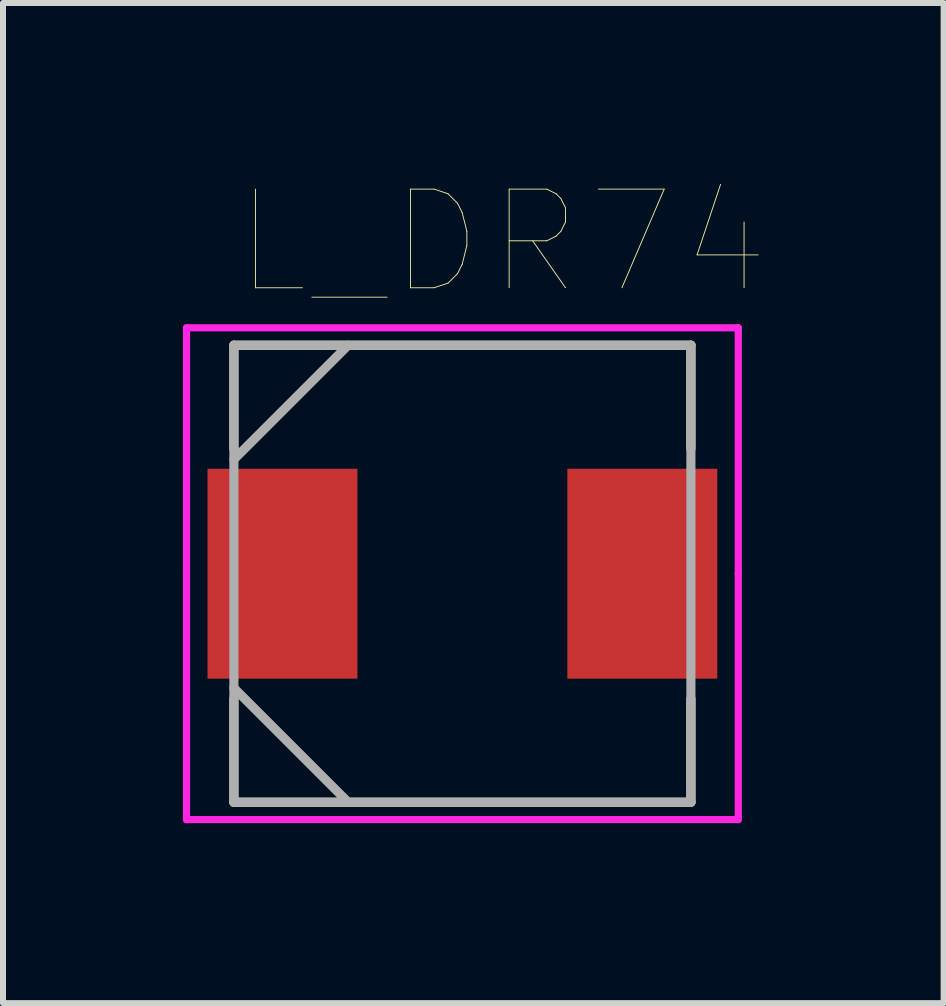
<source format=kicad_pcb>
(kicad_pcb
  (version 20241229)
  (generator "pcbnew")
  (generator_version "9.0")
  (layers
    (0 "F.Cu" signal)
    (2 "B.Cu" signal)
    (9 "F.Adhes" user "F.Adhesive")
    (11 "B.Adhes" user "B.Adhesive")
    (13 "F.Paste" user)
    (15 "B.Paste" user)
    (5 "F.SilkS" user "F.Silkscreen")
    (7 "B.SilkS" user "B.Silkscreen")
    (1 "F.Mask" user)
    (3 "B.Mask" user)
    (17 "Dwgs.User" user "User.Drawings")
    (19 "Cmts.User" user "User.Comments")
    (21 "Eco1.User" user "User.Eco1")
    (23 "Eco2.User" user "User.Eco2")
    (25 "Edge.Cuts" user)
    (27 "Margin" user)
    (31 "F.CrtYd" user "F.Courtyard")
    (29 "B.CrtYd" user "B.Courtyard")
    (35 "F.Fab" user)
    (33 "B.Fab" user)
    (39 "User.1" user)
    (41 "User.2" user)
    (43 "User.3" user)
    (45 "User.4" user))
  (footprint "L_DR74"
    (layer "F.Cu")
    (at 4.66 6.516)
    (property "Reference" "L_DR74" (at 0.662 -5.528 0) (layer "F.SilkS") (effects (font (size 1.645 1.645) (thickness 0.015))))
    (attr through_hole)
    (fp_line (start -3.81 -3.81) (end -3.81 -2.083) (stroke (width 0.152) (type solid)) (layer "F.SilkS"))
    (fp_line (start -3.81 2.083) (end -3.81 3.81) (stroke (width 0.152) (type solid)) (layer "F.SilkS"))
    (fp_line (start -3.81 3.81) (end 3.81 3.81) (stroke (width 0.152) (type solid)) (layer "F.SilkS"))
    (fp_line (start 3.81 -3.81) (end -3.81 -3.81) (stroke (width 0.152) (type solid)) (layer "F.SilkS"))
    (fp_line (start 3.81 -2.083) (end 3.81 -3.81) (stroke (width 0.152) (type solid)) (layer "F.SilkS"))
    (fp_line (start 3.81 3.81) (end 3.81 2.083) (stroke (width 0.152) (type solid)) (layer "F.SilkS"))
    (fp_line (start -4.6 -4.1) (end 4.6 -4.1) (stroke (width 0.12) (type solid)) (layer "F.CrtYd"))
    (fp_line (start -4.6 0) (end -4.6 -4.1) (stroke (width 0.12) (type solid)) (layer "F.CrtYd"))
    (fp_line (start -4.6 4.1) (end -4.6 0) (stroke (width 0.12) (type solid)) (layer "F.CrtYd"))
    (fp_line (start 4.6 -4.1) (end 4.6 0) (stroke (width 0.12) (type solid)) (layer "F.CrtYd"))
    (fp_line (start 4.6 0) (end 4.6 4.1) (stroke (width 0.12) (type solid)) (layer "F.CrtYd"))
    (fp_line (start 4.6 4.1) (end -4.6 4.1) (stroke (width 0.12) (type solid)) (layer "F.CrtYd"))
    (fp_line (start -3.81 -3.81) (end -3.81 3.81) (stroke (width 0.152) (type solid)) (layer "F.Fab"))
    (fp_line (start -3.81 -1.905) (end -1.905 -3.81) (stroke (width 0.152) (type solid)) (layer "F.Fab"))
    (fp_line (start -3.81 1.905) (end -1.905 3.81) (stroke (width 0.152) (type solid)) (layer "F.Fab"))
    (fp_line (start -3.81 3.81) (end 3.81 3.81) (stroke (width 0.152) (type solid)) (layer "F.Fab"))
    (fp_line (start 3.81 -3.81) (end -3.81 -3.81) (stroke (width 0.152) (type solid)) (layer "F.Fab"))
    (fp_line (start 3.81 3.81) (end 3.81 -3.81) (stroke (width 0.152) (type solid)) (layer "F.Fab"))
    (pad "1" smd rect (at -3 0) (size 2.5 3.5) (layers "F.Cu" "F.Mask" "F.Paste"))
    (pad "2" smd rect (at 3 0) (size 2.5 3.5) (layers "F.Cu" "F.Mask" "F.Paste")))
  (gr_rect
    (start -3 -3)
    (end 12.684 13.676)
    (stroke (width 0.1) (type default))
    (fill no)
    (layer "Edge.Cuts")))
</source>
